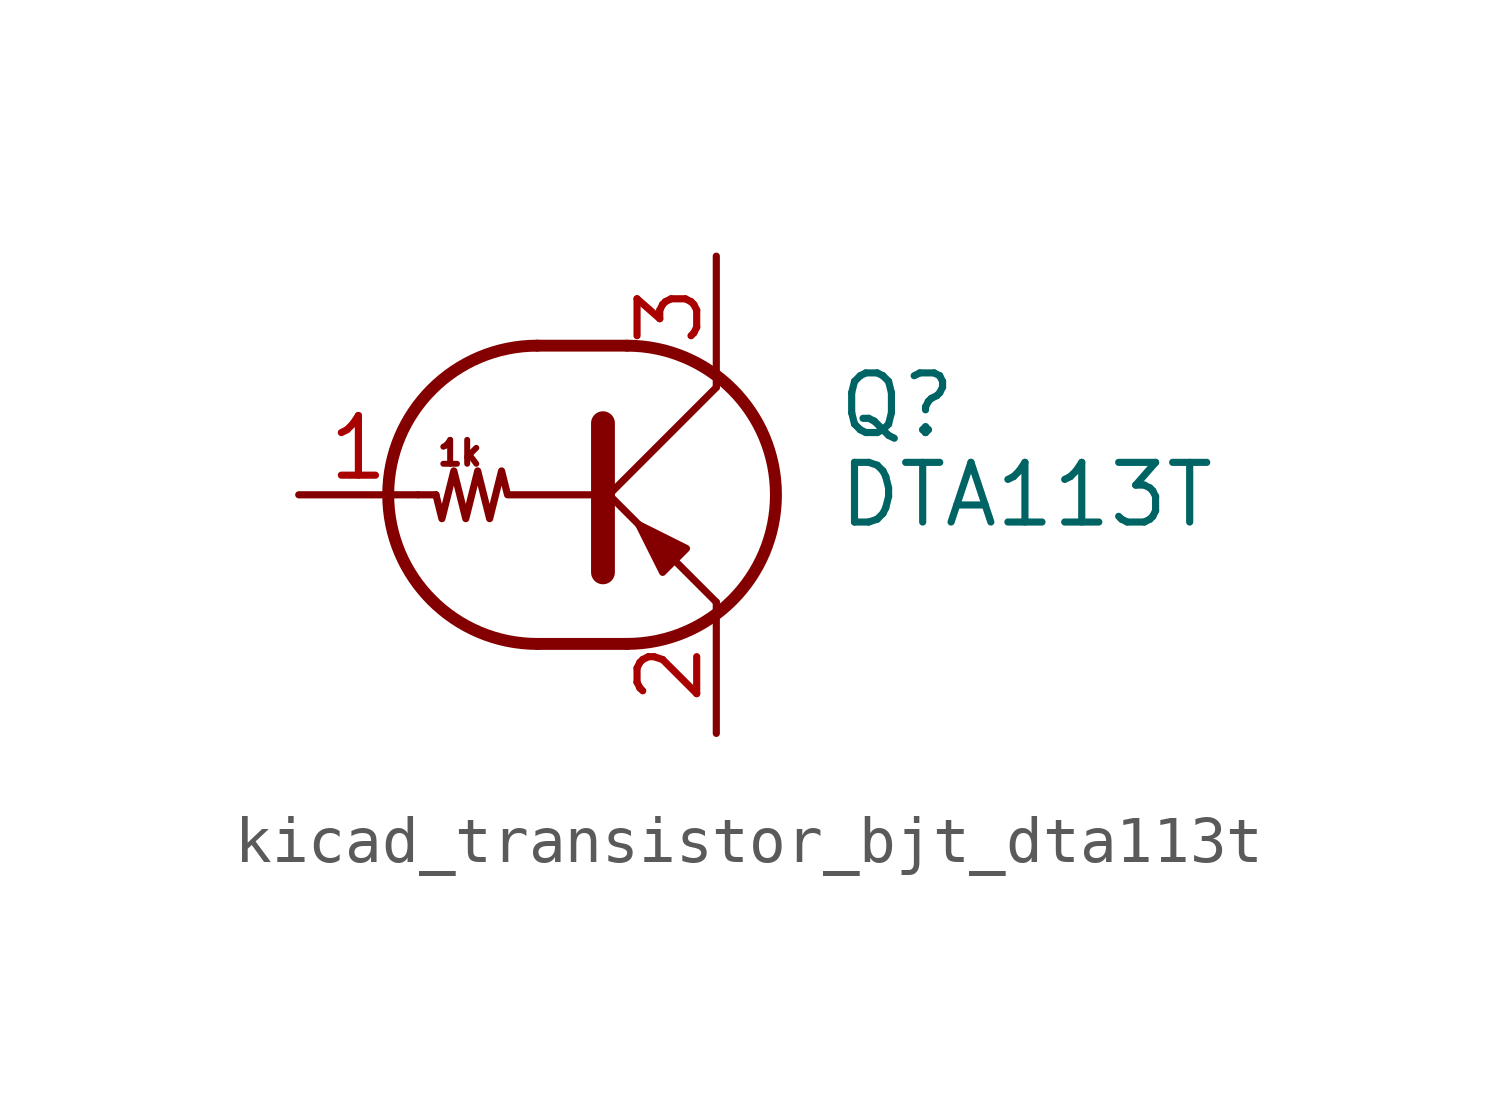
<source format=kicad_sym>
(kicad_symbol_lib
  (version 20220914)
  (generator kicad_symbol_editor)
  (symbol "kicad_transistor_bjt_dta113t"
    (pin_names
      (offset 0) hide)
    (property "Reference" "Q"
      (at 5.08 1.905 0)
      (effects (font (size 1.27 1.27)) (justify left)))
    (property "Value" "DTA113T"
      (at 5.08 0 0)
      (effects (font (size 1.27 1.27)) (justify left)))
    (symbol "kicad_transistor_bjt_dta113t_0_0"
      (polyline (pts (xy 2.54 -2.286) (xy 2.54 -2.54)) (stroke (width 0) (type default)) (fill (type none)))
      (text "1k" (at -2.921 0.889 0) (effects (font (size 0.508 0.508)))))
    (symbol "kicad_transistor_bjt_dta113t_0_1"
      (arc (start -1.27 3.175) (mid -4.4312 0) (end -1.27 -3.175) (stroke (width 0.254) (type default)) (fill (type none)))
      (polyline (pts (xy -3.429 0) (xy -3.81 0)) (stroke (width 0) (type default)) (fill (type none)))
      (polyline (pts (xy -1.27 -3.175) (xy 0.635 -3.175)) (stroke (width 0.254) (type default)) (fill (type none)))
      (polyline (pts (xy -1.27 3.175) (xy 0.635 3.175)) (stroke (width 0.254) (type default)) (fill (type none)))
      (polyline (pts (xy 0 -0.254) (xy 2.54 2.286)) (stroke (width 0) (type default)) (fill (type none)))
      (polyline (pts (xy 0.127 1.524) (xy 0.127 -1.651)) (stroke (width 0.508) (type default)) (fill (type outline)))
      (polyline (pts (xy 2.54 2.286) (xy 2.54 2.54)) (stroke (width 0) (type default)) (fill (type none)))
      (polyline (pts (xy 2.54 -2.286) (xy 0 0.254) (xy 0 0.254)) (stroke (width 0) (type default)) (fill (type none)))
      (polyline (pts (xy 1.397 -1.651) (xy 1.905 -1.143) (xy 0.889 -0.635) (xy 1.397 -1.651)) (stroke (width 0) (type default)) (fill (type outline)))
      (polyline (pts (xy 0 0) (xy -1.905 0) (xy -2.032 0.508) (xy -2.286 -0.508) (xy -2.54 0.508) (xy -2.794 -0.508) (xy -3.048 0.508) (xy -3.302 -0.508) (xy -3.429 0)) (stroke (width 0) (type default)) (fill (type none)))
      (arc (start 0.635 -3.175) (mid 3.7962 0) (end 0.635 3.175) (stroke (width 0.254) (type default)) (fill (type none))))
    (symbol "kicad_transistor_bjt_dta113t_1_1"
      (pin input line (at -6.35 0 0) (length 2.54) (name "B" (effects (font (size 1.27 1.27)))) (number "1" (effects (font (size 1.27 1.27)))))
      (pin passive line (at 2.54 -5.08 90) (length 2.54) (name "E" (effects (font (size 1.27 1.27)))) (number "2" (effects (font (size 1.27 1.27)))))
      (pin passive line (at 2.54 5.08 270) (length 2.54) (name "C" (effects (font (size 1.27 1.27)))) (number "3" (effects (font (size 1.27 1.27))))))))
</source>
